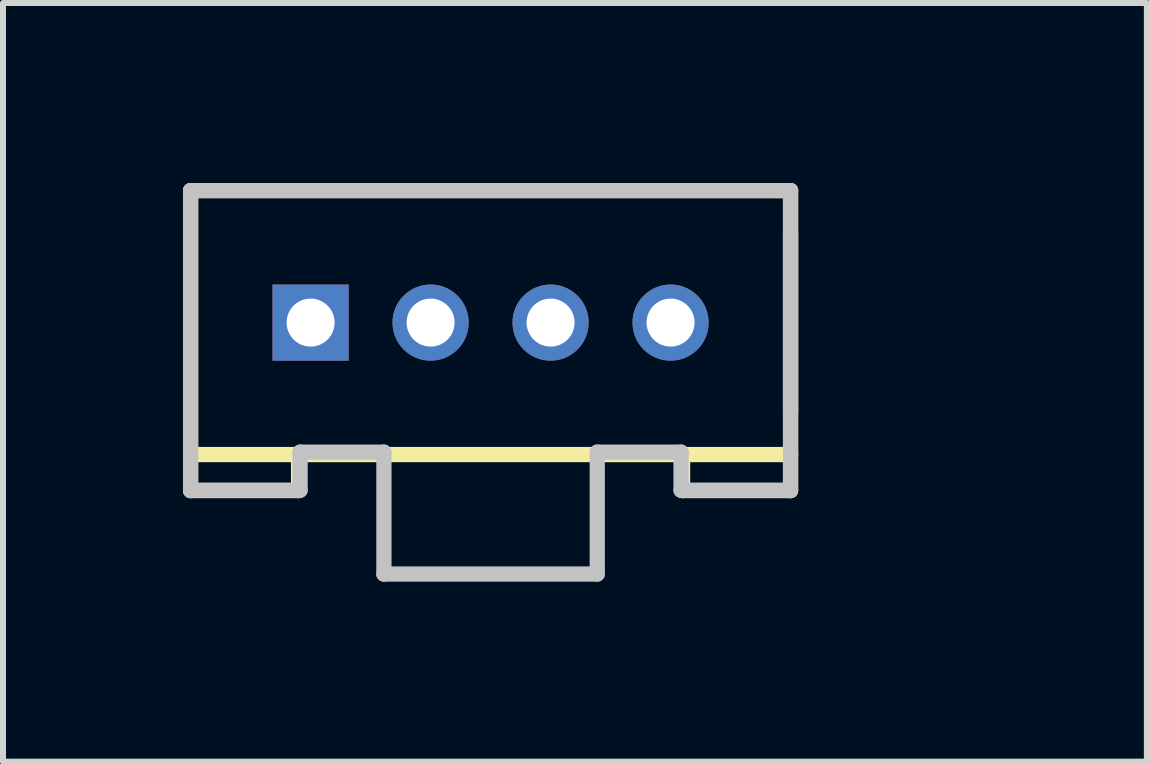
<source format=kicad_pcb>
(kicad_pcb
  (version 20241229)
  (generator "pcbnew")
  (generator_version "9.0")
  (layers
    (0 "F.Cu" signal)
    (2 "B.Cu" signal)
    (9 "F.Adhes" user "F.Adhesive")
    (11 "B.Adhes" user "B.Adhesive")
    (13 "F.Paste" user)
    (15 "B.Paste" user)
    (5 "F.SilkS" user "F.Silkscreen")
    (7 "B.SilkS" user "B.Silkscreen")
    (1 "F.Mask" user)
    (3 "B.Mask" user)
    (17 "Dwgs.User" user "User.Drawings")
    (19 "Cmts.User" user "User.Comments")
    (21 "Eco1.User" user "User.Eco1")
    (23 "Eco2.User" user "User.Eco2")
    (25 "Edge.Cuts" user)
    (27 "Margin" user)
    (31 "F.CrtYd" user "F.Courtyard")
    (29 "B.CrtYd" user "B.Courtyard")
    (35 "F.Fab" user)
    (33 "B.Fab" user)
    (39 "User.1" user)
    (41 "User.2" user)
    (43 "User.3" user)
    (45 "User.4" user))
  (footprint "4P-LEADED-2.0"
    (layer "F.Cu")
    (at 5.127 2.327)
    (property "Reference" "4P-LEADED-2.0" (at -1.625 -0.8 0) (layer "F.Mask") (effects (font (size 0.772 0.772) (thickness 0.077)) (justify left bottom)))
    (attr through_hole)
    (fp_line (start -5 -2.2) (end -5 2.2) (stroke (width 0.254) (type solid)) (layer "F.SilkS"))
    (fp_line (start -5 -2.2) (end 5 -2.2) (stroke (width 0.254) (type solid)) (layer "F.SilkS"))
    (fp_line (start -5 -1) (end -5 1) (stroke (width 0.127) (type solid)) (layer "F.SilkS"))
    (fp_line (start -5 2.2) (end -5 2.8) (stroke (width 0.254) (type solid)) (layer "F.SilkS"))
    (fp_line (start -5 2.2) (end -3.2 2.2) (stroke (width 0.254) (type solid)) (layer "F.SilkS"))
    (fp_line (start -5 2.8) (end -3.2 2.8) (stroke (width 0.254) (type solid)) (layer "F.SilkS"))
    (fp_line (start -3.2 2.2) (end 3.2 2.2) (stroke (width 0.254) (type solid)) (layer "F.SilkS"))
    (fp_line (start -3.2 2.8) (end -3.2 2.2) (stroke (width 0.254) (type solid)) (layer "F.SilkS"))
    (fp_line (start 3.2 2.2) (end 3.2 2.8) (stroke (width 0.254) (type solid)) (layer "F.SilkS"))
    (fp_line (start 3.2 2.2) (end 5 2.2) (stroke (width 0.254) (type solid)) (layer "F.SilkS"))
    (fp_line (start 3.2 2.8) (end 5 2.8) (stroke (width 0.254) (type solid)) (layer "F.SilkS"))
    (fp_line (start 5 -1.5) (end 5 1.5) (stroke (width 0.254) (type solid)) (layer "F.SilkS"))
    (fp_line (start 5 2.2) (end 5 -2.2) (stroke (width 0.254) (type solid)) (layer "F.SilkS"))
    (fp_line (start 5 2.8) (end 5 2.2) (stroke (width 0.254) (type solid)) (layer "F.SilkS"))
    (fp_line (start -5 -2.2) (end 5 -2.2) (stroke (width 0.254) (type solid)) (layer "Dwgs.User"))
    (fp_line (start -5 2.8) (end -5 -2.2) (stroke (width 0.254) (type solid)) (layer "Dwgs.User"))
    (fp_line (start -4.953 2.794) (end -3.175 2.794) (stroke (width 0.254) (type solid)) (layer "Dwgs.User"))
    (fp_line (start -3.175 2.159) (end -1.778 2.159) (stroke (width 0.254) (type solid)) (layer "Dwgs.User"))
    (fp_line (start -3.175 2.794) (end -3.175 2.159) (stroke (width 0.254) (type solid)) (layer "Dwgs.User"))
    (fp_line (start -1.778 2.159) (end -1.778 4.191) (stroke (width 0.254) (type solid)) (layer "Dwgs.User"))
    (fp_line (start -1.778 4.191) (end 1.778 4.191) (stroke (width 0.254) (type solid)) (layer "Dwgs.User"))
    (fp_line (start 1.778 2.159) (end 3.175 2.159) (stroke (width 0.254) (type solid)) (layer "Dwgs.User"))
    (fp_line (start 1.778 4.191) (end 1.778 2.159) (stroke (width 0.254) (type solid)) (layer "Dwgs.User"))
    (fp_line (start 3.175 2.159) (end 3.175 2.794) (stroke (width 0.254) (type solid)) (layer "Dwgs.User"))
    (fp_line (start 3.175 2.794) (end 4.953 2.794) (stroke (width 0.254) (type solid)) (layer "Dwgs.User"))
    (fp_line (start 5 -2.2) (end 5 2.8) (stroke (width 0.254) (type solid)) (layer "Dwgs.User"))
    (pad "1" thru_hole rect (at -3 0) (size 1.27 1.27) (drill 0.8) (layers "*.Cu" "*.Mask"))
    (pad "2" thru_hole circle (at -1 0) (size 1.27 1.27) (drill 0.8) (layers "*.Cu" "*.Mask"))
    (pad "3" thru_hole circle (at 1 0) (size 1.27 1.27) (drill 0.8) (layers "*.Cu" "*.Mask"))
    (pad "4" thru_hole circle (at 3 0) (size 1.27 1.27) (drill 0.8) (layers "*.Cu" "*.Mask")))
  (gr_rect
    (start -3 -3)
    (end 16.066 9.645)
    (stroke (width 0.1) (type default))
    (fill no)
    (layer "Edge.Cuts")))
</source>
